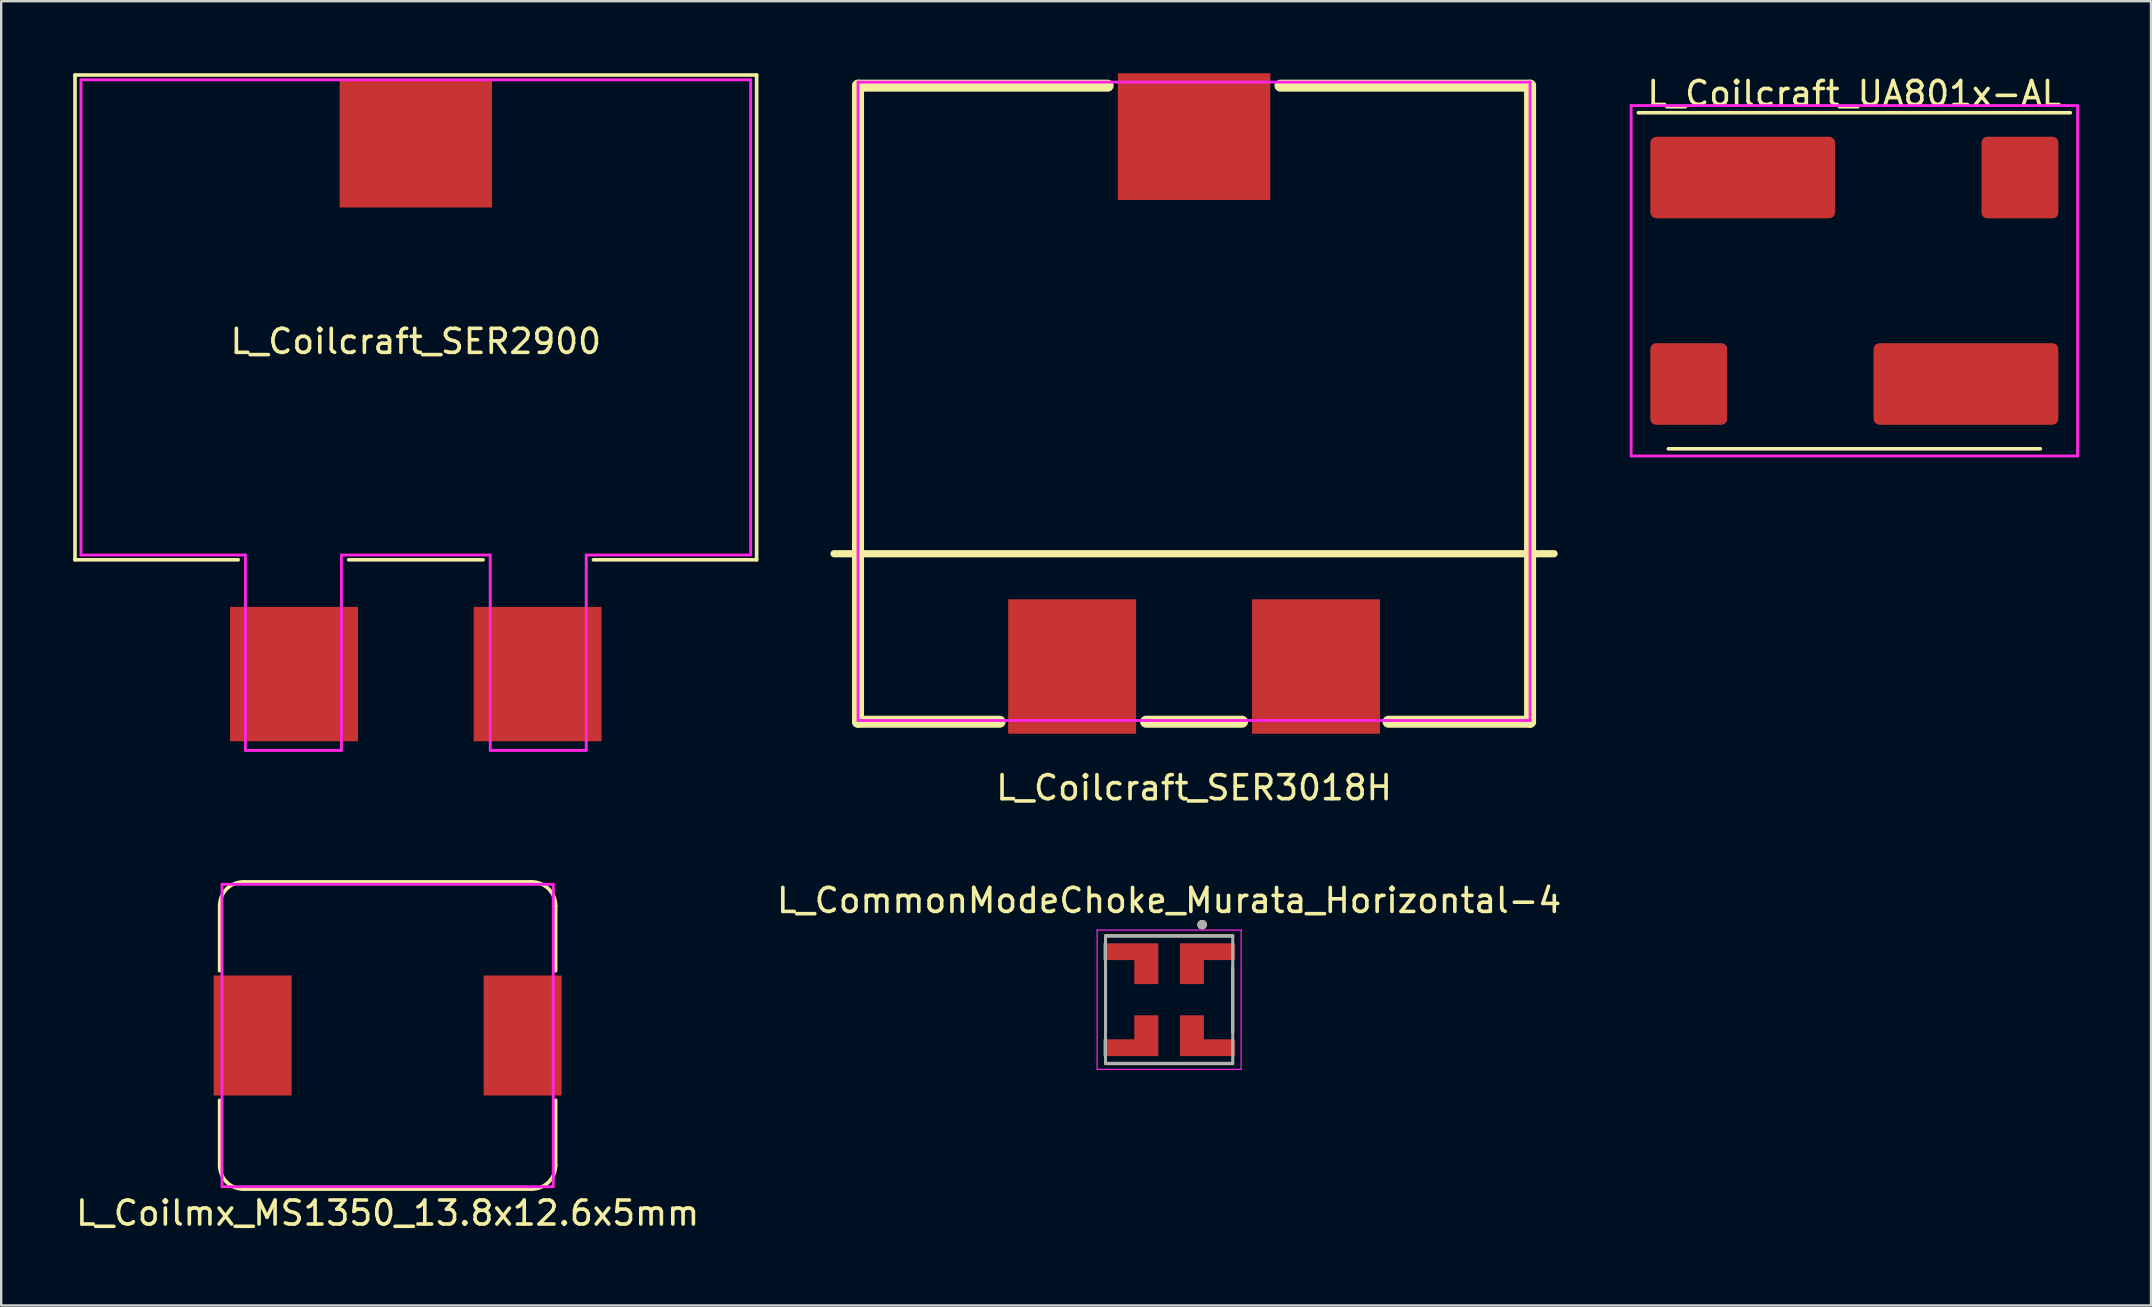
<source format=kicad_pcb>
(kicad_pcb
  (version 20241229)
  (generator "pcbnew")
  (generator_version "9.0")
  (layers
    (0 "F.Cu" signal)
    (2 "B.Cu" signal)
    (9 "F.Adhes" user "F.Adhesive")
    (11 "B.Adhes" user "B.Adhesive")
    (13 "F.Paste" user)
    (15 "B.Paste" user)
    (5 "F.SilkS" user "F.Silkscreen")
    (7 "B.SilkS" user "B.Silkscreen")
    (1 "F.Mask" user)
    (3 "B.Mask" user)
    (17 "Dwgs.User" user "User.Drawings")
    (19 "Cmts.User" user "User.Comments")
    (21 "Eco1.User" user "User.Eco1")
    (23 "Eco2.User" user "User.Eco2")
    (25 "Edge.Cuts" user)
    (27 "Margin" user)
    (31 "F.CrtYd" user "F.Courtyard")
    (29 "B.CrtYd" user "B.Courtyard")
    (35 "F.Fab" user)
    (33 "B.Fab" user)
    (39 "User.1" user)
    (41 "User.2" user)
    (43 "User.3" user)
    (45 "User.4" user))
  (footprint "L_CommonModeChoke_Murata_Horizontal-4"
    (layer "F.Cu")
    (at 45.661 38.602)
    (property "Reference" "L_CommonModeChoke_Murata_Horizontal-4" (at 0 -4.135 0) (layer "F.SilkS") (effects (font (size 1 1) (thickness 0.15))))
    (attr through_hole)
    (fp_poly (pts (xy -0.45 -2.35) (xy -2.75 -2.35) (xy -2.75 -1.65) (xy -1.45 -1.65) (xy -1.45 -0.65) (xy -0.45 -0.65)) (stroke (width 0.0001) (type solid)) (fill yes) (layer "F.Cu"))
    (fp_poly (pts (xy -0.45 2.35) (xy -2.75 2.35) (xy -2.75 1.65) (xy -1.45 1.65) (xy -1.45 0.65) (xy -0.45 0.65)) (stroke (width 0.0001) (type solid)) (fill yes) (layer "F.Cu"))
    (fp_poly (pts (xy 0.45 -2.35) (xy 2.75 -2.35) (xy 2.75 -1.65) (xy 1.45 -1.65) (xy 1.45 -0.65) (xy 0.45 -0.65)) (stroke (width 0.0001) (type solid)) (fill yes) (layer "F.Cu"))
    (fp_poly (pts (xy 0.45 2.35) (xy 2.75 2.35) (xy 2.75 1.65) (xy 1.45 1.65) (xy 1.45 0.65) (xy 0.45 0.65)) (stroke (width 0.0001) (type solid)) (fill yes) (layer "F.Cu"))
    (fp_poly (pts (xy -0.35 -2.45) (xy -2.85 -2.45) (xy -2.85 -1.55) (xy -1.55 -1.55) (xy -1.55 -0.55) (xy -0.35 -0.55)) (stroke (width 0.0001) (type solid)) (fill yes) (layer "F.Mask"))
    (fp_poly (pts (xy -0.35 2.45) (xy -2.85 2.45) (xy -2.85 1.55) (xy -1.55 1.55) (xy -1.55 0.55) (xy -0.35 0.55)) (stroke (width 0.0001) (type solid)) (fill yes) (layer "F.Mask"))
    (fp_poly (pts (xy 0.35 -2.45) (xy 2.85 -2.45) (xy 2.85 -1.55) (xy 1.55 -1.55) (xy 1.55 -0.55) (xy 0.35 -0.55)) (stroke (width 0.0001) (type solid)) (fill yes) (layer "F.Mask"))
    (fp_poly (pts (xy 0.35 2.45) (xy 2.85 2.45) (xy 2.85 1.55) (xy 1.55 1.55) (xy 1.55 0.55) (xy 0.35 0.55)) (stroke (width 0.0001) (type solid)) (fill yes) (layer "F.Mask"))
    (fp_line (start -2.65 -1.337) (end -2.65 1.337) (stroke (width 0.127) (type solid)) (layer "F.SilkS"))
    (fp_line (start -2.65 2.663) (end 2.65 2.663) (stroke (width 0.127) (type solid)) (layer "F.SilkS"))
    (fp_line (start 2.65 -2.663) (end -2.65 -2.663) (stroke (width 0.127) (type solid)) (layer "F.SilkS"))
    (fp_line (start 2.65 1.337) (end 2.65 -1.337) (stroke (width 0.127) (type solid)) (layer "F.SilkS"))
    (fp_circle (center 1.375 -3.125) (end 1.475 -3.125) (stroke (width 0.2) (type solid)) (fill no) (layer "F.SilkS"))
    (fp_poly (pts (xy -0.45 -2.35) (xy -2.75 -2.35) (xy -2.75 -1.65) (xy -1.45 -1.65) (xy -1.45 -0.65) (xy -0.45 -0.65)) (stroke (width 0.0001) (type solid)) (fill yes) (layer "F.Paste"))
    (fp_poly (pts (xy -0.45 2.35) (xy -2.75 2.35) (xy -2.75 1.65) (xy -1.45 1.65) (xy -1.45 0.65) (xy -0.45 0.65)) (stroke (width 0.0001) (type solid)) (fill yes) (layer "F.Paste"))
    (fp_poly (pts (xy 0.45 -2.35) (xy 2.75 -2.35) (xy 2.75 -1.65) (xy 1.45 -1.65) (xy 1.45 -0.65) (xy 0.45 -0.65)) (stroke (width 0.0001) (type solid)) (fill yes) (layer "F.Paste"))
    (fp_poly (pts (xy 0.45 2.35) (xy 2.75 2.35) (xy 2.75 1.65) (xy 1.45 1.65) (xy 1.45 0.65) (xy 0.45 0.65)) (stroke (width 0.0001) (type solid)) (fill yes) (layer "F.Paste"))
    (fp_line (start -3 -2.9) (end 3 -2.9) (stroke (width 0.05) (type solid)) (layer "F.CrtYd"))
    (fp_line (start -3 2.9) (end -3 -2.9) (stroke (width 0.05) (type solid)) (layer "F.CrtYd"))
    (fp_line (start 3 -2.9) (end 3 2.9) (stroke (width 0.05) (type solid)) (layer "F.CrtYd"))
    (fp_line (start 3 2.9) (end -3 2.9) (stroke (width 0.05) (type solid)) (layer "F.CrtYd"))
    (fp_line (start -2.65 -2.65) (end -2.65 2.65) (stroke (width 0.127) (type solid)) (layer "F.Fab"))
    (fp_line (start -2.65 2.65) (end 2.65 2.65) (stroke (width 0.127) (type solid)) (layer "F.Fab"))
    (fp_line (start 2.65 -2.65) (end -2.65 -2.65) (stroke (width 0.127) (type solid)) (layer "F.Fab"))
    (fp_line (start 2.65 2.65) (end 2.65 -2.65) (stroke (width 0.127) (type solid)) (layer "F.Fab"))
    (fp_circle (center 1.375 -3.125) (end 1.475 -3.125) (stroke (width 0.2) (type solid)) (fill no) (layer "F.Fab"))
    (pad "1" smd rect (at 0.875 -1.075) (size 0.75 0.75) (layers "F.Cu" "F.Mask" "F.Paste"))
    (pad "2" smd rect (at -0.875 -1.075) (size 0.75 0.75) (layers "F.Cu" "F.Mask" "F.Paste"))
    (pad "3" smd rect (at -0.875 1.075) (size 0.75 0.75) (layers "F.Cu" "F.Mask" "F.Paste"))
    (pad "4" smd rect (at 0.875 1.075) (size 0.75 0.75) (layers "F.Cu" "F.Mask" "F.Paste")))
  (footprint "L_Coilcraft_UA801x-AL"
    (layer "F.Cu")
    (at 74.21 8.648)
    (property "Reference" "L_Coilcraft_UA801x-AL" (at 0 -7.8 0) (layer "F.SilkS") (effects (font (size 1 1) (thickness 0.15))))
    (attr through_hole)
    (fp_line (start -9 -7) (end 9 -7) (stroke (width 0.15) (type solid)) (layer "F.SilkS"))
    (fp_line (start -7.75 7) (end 7.75 7) (stroke (width 0.15) (type solid)) (layer "F.SilkS"))
    (fp_line (start -9.3 -7.3) (end 9.3 -7.3) (stroke (width 0.12) (type solid)) (layer "F.CrtYd"))
    (fp_line (start -9.3 7.3) (end -9.3 -7.3) (stroke (width 0.12) (type solid)) (layer "F.CrtYd"))
    (fp_line (start 9.3 -7.3) (end 9.3 7.3) (stroke (width 0.12) (type solid)) (layer "F.CrtYd"))
    (fp_line (start 9.3 7.3) (end -9.3 7.3) (stroke (width 0.12) (type solid)) (layer "F.CrtYd"))
    (pad "1" smd roundrect (at -4.65 -4.3) (size 7.7 3.4) (layers "F.Cu" "F.Mask" "F.Paste") (roundrect_rratio 0.074))
    (pad "2" smd roundrect (at -6.9 4.3) (size 3.2 3.4) (layers "F.Cu" "F.Mask" "F.Paste") (roundrect_rratio 0.074))
    (pad "3" smd roundrect (at 4.65 4.3) (size 7.7 3.4) (layers "F.Cu" "F.Mask" "F.Paste") (roundrect_rratio 0.074))
    (pad "4" smd roundrect (at 6.9 -4.3) (size 3.2 3.4) (layers "F.Cu" "F.Mask" "F.Paste") (roundrect_rratio 0.074)))
  (footprint "L_Coilcraft_SER2900"
    (layer "F.Cu")
    (at 14.275 10.675)
    (property "Reference" "L_Coilcraft_SER2900" (at 0 0.5 0) (layer "F.SilkS") (effects (font (size 1 1) (thickness 0.15))))
    (attr through_hole)
    (fp_line (start -14.2 -10.6) (end 14.2 -10.6) (stroke (width 0.15) (type solid)) (layer "F.SilkS"))
    (fp_line (start -14.2 9.6) (end -14.2 -10.6) (stroke (width 0.15) (type solid)) (layer "F.SilkS"))
    (fp_line (start -7.4 9.6) (end -14.2 9.6) (stroke (width 0.15) (type solid)) (layer "F.SilkS"))
    (fp_line (start 2.8 9.6) (end -2.8 9.6) (stroke (width 0.15) (type solid)) (layer "F.SilkS"))
    (fp_line (start 14.2 -10.6) (end 14.2 9.6) (stroke (width 0.15) (type solid)) (layer "F.SilkS"))
    (fp_line (start 14.2 9.6) (end 7.4 9.6) (stroke (width 0.15) (type solid)) (layer "F.SilkS"))
    (fp_line (start -13.95 -10.4) (end -13.95 9.4) (stroke (width 0.12) (type solid)) (layer "F.CrtYd"))
    (fp_line (start -13.95 9.4) (end -7.1 9.4) (stroke (width 0.12) (type solid)) (layer "F.CrtYd"))
    (fp_line (start -7.1 17.54) (end -7.1 9.4) (stroke (width 0.12) (type solid)) (layer "F.CrtYd"))
    (fp_line (start -3.1 17.54) (end -7.1 17.54) (stroke (width 0.12) (type solid)) (layer "F.CrtYd"))
    (fp_line (start -3.1 17.54) (end -3.1 9.4) (stroke (width 0.12) (type solid)) (layer "F.CrtYd"))
    (fp_line (start 3.1 9.4) (end -3.1 9.4) (stroke (width 0.12) (type solid)) (layer "F.CrtYd"))
    (fp_line (start 3.1 17.54) (end 3.1 9.4) (stroke (width 0.12) (type solid)) (layer "F.CrtYd"))
    (fp_line (start 7.1 9.4) (end 13.95 9.4) (stroke (width 0.12) (type solid)) (layer "F.CrtYd"))
    (fp_line (start 7.1 17.54) (end 3.1 17.54) (stroke (width 0.12) (type solid)) (layer "F.CrtYd"))
    (fp_line (start 7.1 17.54) (end 7.1 9.4) (stroke (width 0.12) (type solid)) (layer "F.CrtYd"))
    (fp_line (start 13.95 -10.4) (end -13.95 -10.4) (stroke (width 0.12) (type solid)) (layer "F.CrtYd"))
    (fp_line (start 13.95 9.4) (end 13.95 -10.4) (stroke (width 0.12) (type solid)) (layer "F.CrtYd"))
    (pad "1" smd rect (at -5.075 14.36) (size 5.33 5.6) (layers "F.Cu" "F.Mask" "F.Paste"))
    (pad "2" smd rect (at 5.075 14.36) (size 5.33 5.6) (layers "F.Cu" "F.Mask" "F.Paste"))
    (pad "MP" smd rect (at 0 -7.73) (size 6.35 5.3) (layers "F.Cu" "F.Mask" "F.Paste")))
  (footprint "L_Coilcraft_SER3018H"
    (layer "F.Cu")
    (at 46.7 13.67)
    (property "Reference" "L_Coilcraft_SER3018H" (at 0 16.1 0) (layer "F.SilkS") (effects (font (size 1 1) (thickness 0.15))))
    (attr smd)
    (fp_line (start -15 6.35) (end 15 6.35) (stroke (width 0.3) (type solid)) (layer "F.SilkS"))
    (fp_line (start -14 -13.15) (end -14 13.35) (stroke (width 0.5) (type solid)) (layer "F.SilkS"))
    (fp_line (start -14 13.35) (end -8.1 13.35) (stroke (width 0.5) (type solid)) (layer "F.SilkS"))
    (fp_line (start -3.6 -13.15) (end -14 -13.15) (stroke (width 0.5) (type solid)) (layer "F.SilkS"))
    (fp_line (start -2 13.35) (end 2 13.35) (stroke (width 0.5) (type solid)) (layer "F.SilkS"))
    (fp_line (start 8.1 13.35) (end 14 13.35) (stroke (width 0.5) (type solid)) (layer "F.SilkS"))
    (fp_line (start 14 -13.15) (end 3.6 -13.15) (stroke (width 0.5) (type solid)) (layer "F.SilkS"))
    (fp_line (start 14 13.35) (end 14 -13.15) (stroke (width 0.5) (type solid)) (layer "F.SilkS"))
    (fp_line (start -14 -13.3) (end -14 13.3) (stroke (width 0.12) (type solid)) (layer "F.CrtYd"))
    (fp_line (start -14 13.3) (end 14 13.3) (stroke (width 0.12) (type solid)) (layer "F.CrtYd"))
    (fp_line (start 14 -13.3) (end -14 -13.3) (stroke (width 0.12) (type solid)) (layer "F.CrtYd"))
    (fp_line (start 14 13.3) (end 14 -13.3) (stroke (width 0.12) (type solid)) (layer "F.CrtYd"))
    (pad "1" smd rect (at -5.08 11.05) (size 5.33 5.6) (layers "F.Cu" "F.Mask" "F.Paste"))
    (pad "2" smd rect (at 5.08 11.05) (size 5.33 5.6) (layers "F.Cu" "F.Mask" "F.Paste"))
    (pad "MP" smd rect (at 0 -11.03) (size 6.35 5.28) (layers "F.Cu" "F.Mask" "F.Paste")))
  (footprint "L_Coilmx_MS1350_13.8x12.6x5mm"
    (layer "F.Cu")
    (at 13.101 40.093)
    (property "Reference" "L_Coilmx_MS1350_13.8x12.6x5mm" (at 0 7.4 0) (layer "F.SilkS") (effects (font (size 1 1) (thickness 0.15))))
    (attr smd)
    (fp_line (start -7 -2.7) (end -7 -5.4) (stroke (width 0.15) (type solid)) (layer "F.SilkS"))
    (fp_line (start -7 2.7) (end -7 5.4) (stroke (width 0.15) (type solid)) (layer "F.SilkS"))
    (fp_line (start -6 -6.4) (end 6 -6.4) (stroke (width 0.15) (type solid)) (layer "F.SilkS"))
    (fp_line (start 6 6.4) (end -6 6.4) (stroke (width 0.15) (type solid)) (layer "F.SilkS"))
    (fp_line (start 7 -2.7) (end 7 -5.4) (stroke (width 0.15) (type solid)) (layer "F.SilkS"))
    (fp_line (start 7 2.7) (end 7 5.4) (stroke (width 0.15) (type solid)) (layer "F.SilkS"))
    (fp_arc (start -7 -5.4) (mid -6.707107 -6.107107) (end -6 -6.4) (stroke (width 0.15) (type solid)) (layer "F.SilkS"))
    (fp_arc (start -6 6.4) (mid -6.707107 6.107107) (end -7 5.4) (stroke (width 0.15) (type solid)) (layer "F.SilkS"))
    (fp_arc (start 6 -6.4) (mid 6.707107 -6.107107) (end 7 -5.4) (stroke (width 0.15) (type solid)) (layer "F.SilkS"))
    (fp_arc (start 7 5.4) (mid 6.707107 6.107107) (end 6 6.4) (stroke (width 0.15) (type solid)) (layer "F.SilkS"))
    (fp_line (start -6.9 -6.3) (end -6.9 6.3) (stroke (width 0.12) (type solid)) (layer "F.CrtYd"))
    (fp_line (start -6.9 6.3) (end 6.9 6.3) (stroke (width 0.12) (type solid)) (layer "F.CrtYd"))
    (fp_line (start 6.9 -6.3) (end -6.9 -6.3) (stroke (width 0.12) (type solid)) (layer "F.CrtYd"))
    (fp_line (start 6.9 6.3) (end 6.9 -6.3) (stroke (width 0.12) (type solid)) (layer "F.CrtYd"))
    (pad "1" smd rect (at -5.625 0 180) (size 3.25 5) (layers "F.Cu" "F.Mask" "F.Paste"))
    (pad "2" smd rect (at 5.625 0) (size 3.25 5) (layers "F.Cu" "F.Mask" "F.Paste")))
  (gr_rect
    (start -3 -3)
    (end 86.57 51.342)
    (stroke (width 0.1) (type default))
    (fill no)
    (layer "Edge.Cuts")))
</source>
